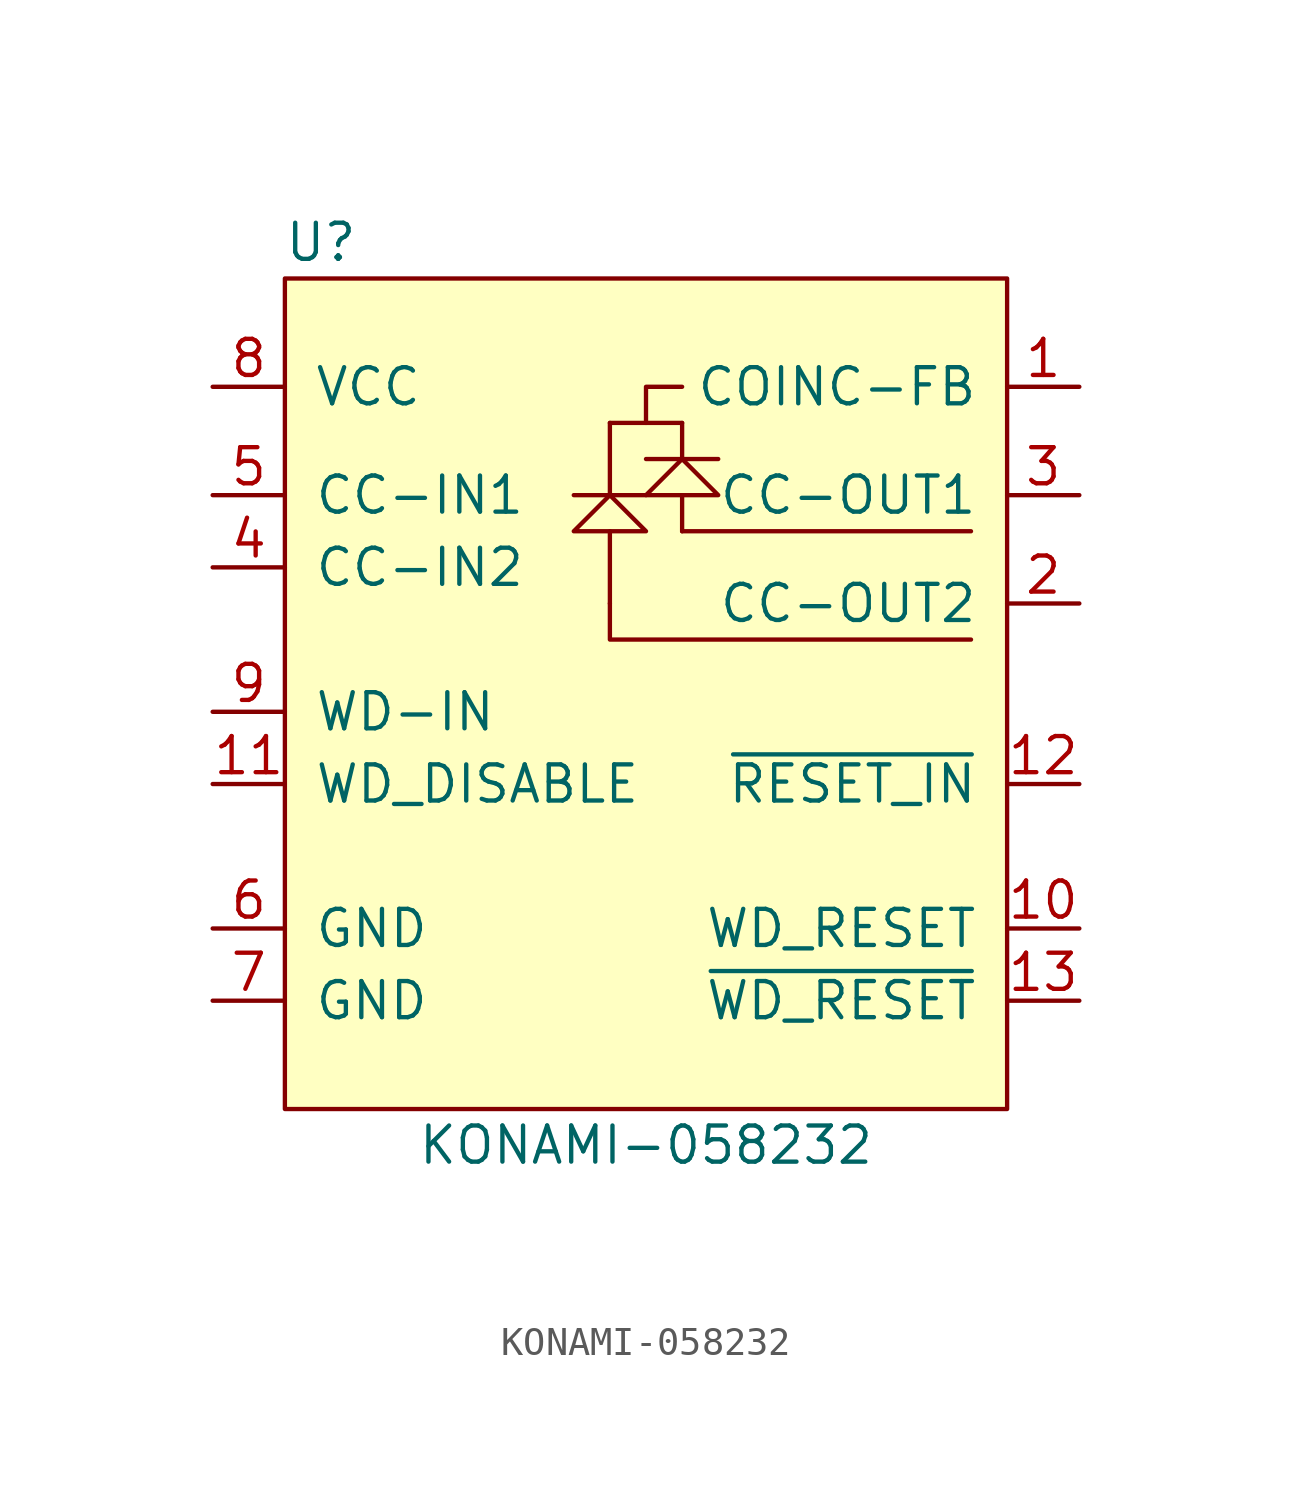
<source format=kicad_sym>
(kicad_symbol_lib
  (version 20211014)
  (generator kicad_symbol_editor)
  (symbol "KONAMI-058232"
    (pin_names
      (offset 1.016))
    (property "Reference" "U"
      (at -11.43 31.75 0)
      (effects (font (size 1.27 1.27))))
    (property "Value" "KONAMI-058232"
      (at 0 0 0)
      (effects (font (size 1.27 1.27))))
    (symbol "KONAMI-058232_0_1"
      (rectangle (start -12.7 30.48) (end 12.7 1.27) (stroke (width 0) (type default) (color 0 0 0 0)) (fill (type background)))
      (polyline (pts (xy -2.54 22.86) (xy 0 22.86)) (stroke (width 0) (type default) (color 0 0 0 0)) (fill (type none)))
      (polyline (pts (xy -1.27 21.59) (xy -1.27 19.05)) (stroke (width 0) (type default) (color 0 0 0 0)) (fill (type none)))
      (polyline (pts (xy -1.27 22.86) (xy -1.27 25.4)) (stroke (width 0) (type default) (color 0 0 0 0)) (fill (type none)))
      (polyline (pts (xy -1.27 25.4) (xy 1.27 25.4)) (stroke (width 0) (type default) (color 0 0 0 0)) (fill (type none)))
      (polyline (pts (xy 0 24.13) (xy 2.54 24.13)) (stroke (width 0) (type default) (color 0 0 0 0)) (fill (type none)))
      (polyline (pts (xy 1.27 21.59) (xy 11.43 21.59)) (stroke (width 0) (type default) (color 0 0 0 0)) (fill (type none)))
      (polyline (pts (xy 1.27 22.86) (xy 1.27 21.59)) (stroke (width 0) (type default) (color 0 0 0 0)) (fill (type none)))
      (polyline (pts (xy 1.27 24.13) (xy 1.27 24.13)) (stroke (width 0) (type default) (color 0 0 0 0)) (fill (type none)))
      (polyline (pts (xy 1.27 25.4) (xy 1.27 24.13)) (stroke (width 0) (type default) (color 0 0 0 0)) (fill (type none)))
      (polyline (pts (xy 1.27 26.67) (xy 0 26.67) (xy 0 25.4)) (stroke (width 0) (type default) (color 0 0 0 0)) (fill (type none)))
      (polyline (pts (xy -1.27 19.05) (xy -1.27 17.78) (xy 10.16 17.78) (xy 11.43 17.78)) (stroke (width 0) (type default) (color 0 0 0 0)) (fill (type none)))
      (polyline (pts (xy -1.27 22.86) (xy -2.54 21.59) (xy 0 21.59) (xy -1.27 22.86)) (stroke (width 0) (type default) (color 0 0 0 0)) (fill (type none)))
      (polyline (pts (xy 0 22.86) (xy 1.27 24.13) (xy 2.54 22.86) (xy 0 22.86)) (stroke (width 0) (type default) (color 0 0 0 0)) (fill (type none))))
    (symbol "KONAMI-058232_1_1"
      (pin power_in line (at 15.24 26.67 180) (length 2.54) (name "COINC-FB" (effects (font (size 1.27 1.27)))) (number "1" (effects (font (size 1.27 1.27)))))
      (pin open_collector line (at 15.24 7.62 180) (length 2.54) (name "WD_RESET" (effects (font (size 1.27 1.27)))) (number "10" (effects (font (size 1.27 1.27)))))
      (pin input line (at -15.24 12.7 0) (length 2.54) (name "WD_DISABLE" (effects (font (size 1.27 1.27)))) (number "11" (effects (font (size 1.27 1.27)))))
      (pin input line (at 15.24 12.7 180) (length 2.54) (name "~{RESET_IN}" (effects (font (size 1.27 1.27)))) (number "12" (effects (font (size 1.27 1.27)))))
      (pin open_collector line (at 15.24 5.08 180) (length 2.54) (name "~{WD_RESET}" (effects (font (size 1.27 1.27)))) (number "13" (effects (font (size 1.27 1.27)))))
      (pin no_connect line (at -12.7 -2.54 0) (length 2.54) hide (name "N/C" (effects (font (size 1.27 1.27)))) (number "14" (effects (font (size 1.27 1.27)))))
      (pin open_collector line (at 15.24 19.05 180) (length 2.54) (name "CC-OUT2" (effects (font (size 1.27 1.27)))) (number "2" (effects (font (size 1.27 1.27)))))
      (pin open_collector line (at 15.24 22.86 180) (length 2.54) (name "CC-OUT1" (effects (font (size 1.27 1.27)))) (number "3" (effects (font (size 1.27 1.27)))))
      (pin input line (at -15.24 20.32 0) (length 2.54) (name "CC-IN2" (effects (font (size 1.27 1.27)))) (number "4" (effects (font (size 1.27 1.27)))))
      (pin input line (at -15.24 22.86 0) (length 2.54) (name "CC-IN1" (effects (font (size 1.27 1.27)))) (number "5" (effects (font (size 1.27 1.27)))))
      (pin power_in line (at -15.24 7.62 0) (length 2.54) (name "GND" (effects (font (size 1.27 1.27)))) (number "6" (effects (font (size 1.27 1.27)))))
      (pin power_in line (at -15.24 5.08 0) (length 2.54) (name "GND" (effects (font (size 1.27 1.27)))) (number "7" (effects (font (size 1.27 1.27)))))
      (pin power_in line (at -15.24 26.67 0) (length 2.54) (name "VCC" (effects (font (size 1.27 1.27)))) (number "8" (effects (font (size 1.27 1.27)))))
      (pin input line (at -15.24 15.24 0) (length 2.54) (name "WD-IN" (effects (font (size 1.27 1.27)))) (number "9" (effects (font (size 1.27 1.27))))))))
</source>
